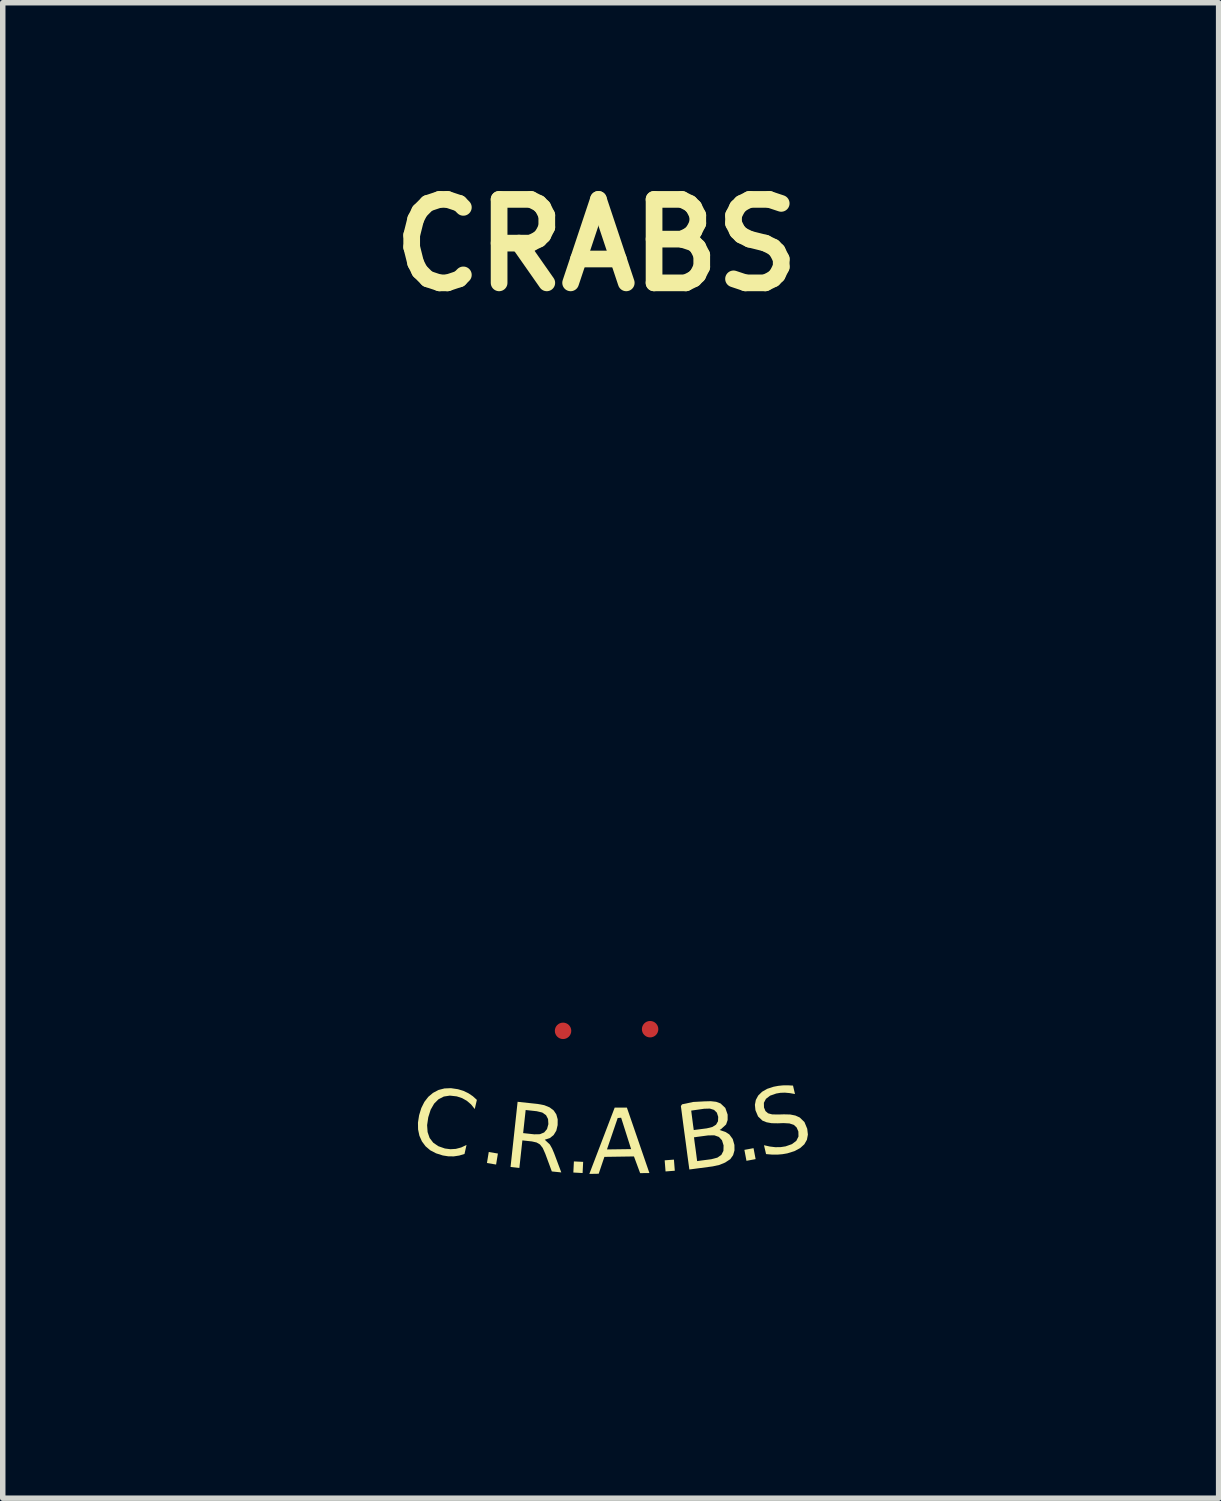
<source format=kicad_pcb>
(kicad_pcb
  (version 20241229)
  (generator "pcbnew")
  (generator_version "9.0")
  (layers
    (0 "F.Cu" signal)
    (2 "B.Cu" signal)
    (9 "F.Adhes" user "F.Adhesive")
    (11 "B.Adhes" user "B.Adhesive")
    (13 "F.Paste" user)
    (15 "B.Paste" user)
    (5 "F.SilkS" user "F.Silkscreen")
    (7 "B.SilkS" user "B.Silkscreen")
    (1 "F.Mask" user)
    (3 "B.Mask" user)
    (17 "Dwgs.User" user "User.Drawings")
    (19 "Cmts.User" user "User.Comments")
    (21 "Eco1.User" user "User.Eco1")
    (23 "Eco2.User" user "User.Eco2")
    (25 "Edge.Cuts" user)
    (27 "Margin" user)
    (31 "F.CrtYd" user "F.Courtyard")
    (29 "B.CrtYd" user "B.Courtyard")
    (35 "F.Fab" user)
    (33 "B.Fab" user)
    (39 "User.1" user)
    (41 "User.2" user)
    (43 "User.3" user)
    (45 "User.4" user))
  (footprint "CRABS"
    (layer "F.Cu")
    (at 7.844 17.658)
    (property "Reference" "CRABS" (at 0 -16.231 0) (layer "F.SilkS") (effects (font (size 1.524 1.524) (thickness 0.305))))
    (attr smd)
    (fp_poly (pts (xy -0.344 -1.883) (xy 3.64 1.384) (xy 3.526 1.363) (xy 3.443 1.349) (xy 3.345 1.383) (xy 3.285 1.451) (xy 3.209 1.534) (xy 3.129 1.62) (xy 3.055 1.697) (xy 3.081 1.779) (xy 3.224 1.804) (xy 3.365 1.826) (xy 3.504 1.846) (xy 3.642 1.864) (xy 3.779 1.88) (xy 3.914 1.894) (xy 4.049 1.907) (xy 4.183 1.918) (xy 4.317 1.928) (xy 4.45 1.936) (xy 4.584 1.944) (xy 4.698 1.945) (xy 4.813 1.945) (xy 4.922 1.958) (xy 5.02 1.994) (xy 5.099 2.067) (xy 5.171 2.169) (xy 5.242 2.274) (xy 5.305 2.385) (xy 5.351 2.502) (xy 5.375 2.627) (xy 5.368 2.762) (xy 5.35 2.877) (xy 5.33 2.995) (xy 5.297 3.104) (xy 5.244 3.192) (xy 5.166 3.274) (xy 5.083 3.351) (xy 4.994 3.422) (xy 4.897 3.485) (xy 4.791 3.538) (xy 4.673 3.58) (xy 4.536 3.613) (xy 4.401 3.634) (xy 4.267 3.644) (xy 4.133 3.645) (xy 4 3.638) (xy 3.873 3.629) (xy 3.746 3.618) (xy 3.619 3.607) (xy 3.492 3.593) (xy 3.365 3.578) (xy 3.239 3.559) (xy 3.114 3.538) (xy 2.989 3.513) (xy 2.865 3.484) (xy 2.768 3.416) (xy 2.72 3.307) (xy 2.704 3.207) (xy 2.702 3.162) (xy 2.741 3.165) (xy 2.843 3.17) (xy 2.991 3.178) (xy 3.163 3.185) (xy 3.342 3.19) (xy 3.507 3.192) (xy 3.639 3.188) (xy 3.774 3.178) (xy 3.909 3.167) (xy 4.043 3.153) (xy 4.177 3.135) (xy 4.31 3.113) (xy 4.398 3.048) (xy 4.452 2.941) (xy 4.459 2.837) (xy 4.439 2.75) (xy 4.39 2.678) (xy 4.311 2.623) (xy 4.2 2.583) (xy 4.057 2.559) (xy 3.924 2.544) (xy 3.79 2.529) (xy 3.657 2.513) (xy 3.524 2.497) (xy 3.391 2.48) (xy 3.259 2.462) (xy 3.126 2.443) (xy 2.994 2.422) (xy 2.861 2.401) (xy 2.729 2.379) (xy 2.597 2.355) (xy 2.465 2.33) (xy 2.334 2.303) (xy 2.215 2.31) (xy 2.097 2.354) (xy 1.97 2.411) (xy 1.84 2.46) (xy 1.708 2.504) (xy 1.575 2.542) (xy 1.441 2.574) (xy 1.306 2.603) (xy 1.17 2.627) (xy 1.035 2.649) (xy 0.9 2.668) (xy 0.765 2.684) (xy 0.631 2.698) (xy 0.497 2.708) (xy 0.363 2.713) (xy 0.229 2.715) (xy 0.095 2.712) (xy -0.038 2.706) (xy -0.171 2.695) (xy -0.303 2.681) (xy -0.436 2.663) (xy -0.567 2.642) (xy -0.699 2.617) (xy -0.829 2.588) (xy -0.96 2.555) (xy -1.09 2.52) (xy -1.219 2.48) (xy -1.348 2.438) (xy -1.476 2.392) (xy -1.604 2.343) (xy -1.736 2.303) (xy -1.876 2.284) (xy -2.013 2.289) (xy -2.143 2.307) (xy -2.272 2.325) (xy -2.401 2.344) (xy -2.531 2.363) (xy -2.66 2.383) (xy -2.789 2.404) (xy -2.918 2.424) (xy -3.047 2.446) (xy -3.176 2.467) (xy -3.305 2.489) (xy -3.434 2.511) (xy -3.562 2.532) (xy -3.689 2.557) (xy -3.812 2.594) (xy -3.916 2.654) (xy -3.997 2.746) (xy -4.056 2.861) (xy -4.078 2.977) (xy -4.036 3.048) (xy -3.94 3.117) (xy -3.834 3.166) (xy -3.711 3.195) (xy -3.583 3.207) (xy -3.454 3.211) (xy -3.334 3.213) (xy -3.185 3.215) (xy -3.018 3.217) (xy -2.847 3.219) (xy -2.684 3.221) (xy -2.542 3.222) (xy -2.433 3.223) (xy -2.371 3.224) (xy -2.359 3.233) (xy -2.352 3.322) (xy -2.437 3.401) (xy -2.549 3.422) (xy -2.674 3.446) (xy -2.809 3.472) (xy -2.952 3.499) (xy -3.098 3.527) (xy -3.243 3.554) (xy -3.386 3.58) (xy -3.522 3.604) (xy -3.648 3.624) (xy -3.76 3.641) (xy -3.894 3.652) (xy -4.023 3.646) (xy -4.146 3.624) (xy -4.264 3.587) (xy -4.376 3.535) (xy -4.482 3.468) (xy -4.582 3.388) (xy -4.676 3.294) (xy -4.75 3.202) (xy -4.809 3.106) (xy -4.852 3.006) (xy -4.877 2.901) (xy -4.882 2.791) (xy -4.865 2.675) (xy -4.826 2.553) (xy -4.767 2.426) (xy -4.703 2.316) (xy -4.63 2.222) (xy -4.548 2.146) (xy -4.455 2.088) (xy -4.35 2.048) (xy -4.231 2.026) (xy -4.097 2.023) (xy -3.965 2.026) (xy -3.835 2.023) (xy -3.706 2.015) (xy -3.577 2.002) (xy -3.448 1.985) (xy -3.318 1.964) (xy -3.188 1.94) (xy -3.057 1.913) (xy -2.925 1.884) (xy -2.791 1.853) (xy -2.654 1.821) (xy -2.516 1.789) (xy -2.6 1.706) (xy -2.672 1.621) (xy -2.74 1.542) (xy -2.812 1.476) (xy -2.898 1.431) (xy -3.004 1.413) (xy -3.053 1.415) (xy -3.129 1.422) (xy -3.228 1.432) (xy -3.348 1.446) (xy -3.484 1.462) (xy -3.633 1.48) (xy -3.792 1.498) (xy -3.957 1.516) (xy -4.124 1.534) (xy -4.291 1.55) (xy -4.453 1.564) (xy -4.608 1.575) (xy -4.751 1.583) (xy -4.879 1.586) (xy -4.989 1.584) (xy -5.122 1.587) (xy -5.248 1.612) (xy -5.36 1.664) (xy -5.449 1.745) (xy -5.508 1.84) (xy -5.546 1.944) (xy -5.568 2.056) (xy -5.576 2.171) (xy -5.572 2.288) (xy -5.561 2.42) (xy -5.55 2.552) (xy -5.538 2.687) (xy -5.525 2.827) (xy -5.512 2.971) (xy -5.642 2.917) (xy -5.752 2.846) (xy -5.844 2.763) (xy -5.922 2.671) (xy -5.99 2.571) (xy -6.052 2.468) (xy -6.109 2.364) (xy -6.174 2.235) (xy -6.223 2.109) (xy -6.256 1.988) (xy -6.273 1.873) (xy -6.274 1.762) (xy -6.26 1.658) (xy -6.23 1.56) (xy -6.184 1.469) (xy -6.124 1.385) (xy -6.048 1.309) (xy -5.957 1.242) (xy -5.85 1.182) (xy -5.729 1.132) (xy -5.593 1.092) (xy -5.458 1.064) (xy -5.321 1.044) (xy -5.182 1.03) (xy -5.042 1.019) (xy -4.903 1.01) (xy -4.763 0.999) (xy -4.624 0.983) (xy -4.488 0.965) (xy -4.351 0.945) (xy -4.215 0.924) (xy -4.079 0.902) (xy -3.943 0.88) (xy -3.807 0.858) (xy -3.671 0.836) (xy -3.535 0.815) (xy -3.449 0.773) (xy -3.425 0.702) (xy -3.436 0.621) (xy -3.493 0.51) (xy -3.59 0.455) (xy -3.725 0.441) (xy -3.866 0.444) (xy -4.006 0.446) (xy -4.147 0.447) (xy -4.287 0.448) (xy -4.428 0.448) (xy -4.569 0.449) (xy -4.709 0.449) (xy -4.85 0.448) (xy -4.99 0.448) (xy -5.131 0.447) (xy -5.271 0.446) (xy -5.412 0.445) (xy -5.553 0.444) (xy -5.693 0.442) (xy -5.824 0.448) (xy -5.946 0.466) (xy -6.06 0.499) (xy -6.166 0.546) (xy -6.264 0.608) (xy -6.352 0.686) (xy -6.431 0.78) (xy -6.502 0.891) (xy -6.561 1.005) (xy -6.615 1.12) (xy -6.662 1.237) (xy -6.701 1.357) (xy -6.733 1.478) (xy -6.755 1.603) (xy -6.767 1.73) (xy -6.767 1.861) (xy -6.773 1.939) (xy -6.793 2.036) (xy -6.819 2.168) (xy -6.906 2.051) (xy -6.971 1.947) (xy -7.012 1.848) (xy -7.025 1.744) (xy -7.026 1.624) (xy -7.028 1.504) (xy -7.028 1.384) (xy -7.022 1.265) (xy -7.008 1.147) (xy -6.989 1.02) (xy -6.969 0.892) (xy -6.944 0.765) (xy -6.913 0.641) (xy -6.87 0.524) (xy -6.813 0.417) (xy -6.743 0.317) (xy -6.665 0.222) (xy -6.579 0.135) (xy -6.487 0.053) (xy -6.389 -0.021) (xy -6.286 -0.09) (xy -6.179 -0.151) (xy -6.067 -0.206) (xy -5.952 -0.254) (xy -5.832 -0.291) (xy -5.708 -0.31) (xy -5.582 -0.313) (xy -5.455 -0.3) (xy -5.328 -0.273) (xy -5.202 -0.233) (xy -5.094 -0.212) (xy -4.979 -0.21) (xy -4.863 -0.212) (xy -4.727 -0.208) (xy -4.591 -0.205) (xy -4.454 -0.201) (xy -4.317 -0.198) (xy -4.179 -0.195) (xy -4.04 -0.192) (xy -3.899 -0.188) (xy -3.757 -0.185) (xy -3.613 -0.181) (xy -3.603 -0.28) (xy -3.604 -0.379) (xy -3.687 -0.464) (xy -3.808 -0.522) (xy -3.929 -0.581) (xy -4.051 -0.639) (xy -4.172 -0.697) (xy -4.293 -0.756) (xy -4.414 -0.814) (xy -4.536 -0.872) (xy -4.657 -0.931) (xy -4.777 -0.99) (xy -4.898 -1.05) (xy -5.018 -1.11) (xy -5.138 -1.17) (xy -5.254 -1.212) (xy -5.363 -1.22) (xy -5.471 -1.199) (xy -5.58 -1.157) (xy -5.692 -1.111) (xy -5.827 -1.063) (xy -5.974 -1.017) (xy -6.122 -0.974) (xy -6.26 -0.94) (xy -6.376 -0.917) (xy -6.517 -0.887) (xy -6.64 -0.845) (xy -6.746 -0.792) (xy -6.837 -0.729) (xy -6.915 -0.656) (xy -6.982 -0.574) (xy -7.04 -0.484) (xy -7.091 -0.386) (xy -7.137 -0.281) (xy -7.179 -0.17) (xy -7.22 -0.052) (xy -7.261 0.07) (xy -7.304 0.197) (xy -7.343 0.307) (xy -7.383 0.416) (xy -7.425 0.525) (xy -7.471 0.632) (xy -7.521 0.695) (xy -7.59 0.728) (xy -7.623 0.701) (xy -7.68 0.625) (xy -7.744 0.513) (xy -7.802 0.379) (xy -7.839 0.237) (xy -7.839 0.1) (xy -7.787 -0.018) (xy -7.759 -0.064) (xy -7.709 -0.153) (xy -7.643 -0.273) (xy -7.562 -0.413) (xy -7.472 -0.561) (xy -7.376 -0.706) (xy -7.277 -0.836) (xy -7.181 -0.941) (xy -7.069 -1.042) (xy -6.97 -1.124) (xy -6.88 -1.192) (xy -6.794 -1.249) (xy -6.709 -1.297) (xy -6.621 -1.34) (xy -6.524 -1.381) (xy -6.416 -1.424) (xy -6.292 -1.471) (xy -6.149 -1.527) (xy -5.981 -1.593) (xy -5.785 -1.673) (xy -5.667 -1.716) (xy -5.549 -1.747) (xy -5.431 -1.765) (xy -5.312 -1.771) (xy -5.193 -1.766) (xy -5.074 -1.748) (xy -4.954 -1.717) (xy -4.835 -1.675) (xy -4.707 -1.624) (xy -4.579 -1.573) (xy -4.451 -1.522) (xy -4.323 -1.471) (xy -4.195 -1.42) (xy -4.067 -1.369) (xy -3.939 -1.318) (xy -3.811 -1.267) (xy -3.683 -1.215) (xy -3.555 -1.163) (xy -3.428 -1.11) (xy -3.303 -1.07) (xy -3.18 -1.055) (xy -3.058 -1.068) (xy -2.934 -1.107) (xy -2.826 -1.153) (xy -2.716 -1.199) (xy -2.602 -1.245) (xy -2.481 -1.294) (xy -2.353 -1.346) (xy -2.365 -1.421) (xy -2.509 -1.432) (xy -2.649 -1.444) (xy -2.786 -1.455) (xy -2.921 -1.465) (xy -3.053 -1.475) (xy -3.184 -1.483) (xy -3.313 -1.49) (xy -3.443 -1.496) (xy -3.578 -1.505) (xy -3.71 -1.523) (xy -3.839 -1.549) (xy -3.965 -1.585) (xy -4.088 -1.629) (xy -4.209 -1.682) (xy -4.328 -1.745) (xy -4.437 -1.817) (xy -4.533 -1.9) (xy -4.617 -1.993) (xy -4.686 -2.094) (xy -4.741 -2.202) (xy -4.781 -2.316) (xy -4.805 -2.433) (xy -4.814 -2.552) (xy -4.806 -2.673) (xy -4.781 -2.792) (xy -4.739 -2.91) (xy -4.678 -3.024) (xy -4.601 -3.136) (xy -4.517 -3.238) (xy -4.427 -3.331) (xy -4.33 -3.416) (xy -4.228 -3.494) (xy -4.122 -3.566) (xy -4.011 -3.631) (xy -3.896 -3.692) (xy -3.779 -3.747) (xy -3.659 -3.799) (xy -3.537 -3.848) (xy -3.414 -3.894) (xy -3.282 -3.94) (xy -3.147 -3.982) (xy -3.01 -4.02) (xy -2.87 -4.054) (xy -2.729 -4.084) (xy -2.587 -4.11) (xy -2.444 -4.131) (xy -2.301 -4.147) (xy -2.158 -4.16) (xy -2.016 -4.167) (xy -1.876 -4.171) (xy -1.737 -4.169) (xy -1.601 -4.163) (xy -1.467 -4.152) (xy -1.337 -4.136) (xy -1.211 -4.116) (xy -1.088 -4.09) (xy -0.971 -4.059) (xy -0.859 -4.023) (xy -0.752 -3.982) (xy -0.642 -3.937) (xy -0.534 -3.892) (xy -0.43 -3.84) (xy -0.332 -3.774) (xy -0.242 -3.687) (xy -0.201 -3.595) (xy -0.201 -3.483) (xy -0.409 -3.501) (xy -0.606 -3.513) (xy -0.793 -3.519) (xy -0.969 -3.519) (xy -1.136 -3.515) (xy -1.292 -3.507) (xy -1.439 -3.495) (xy -1.577 -3.48) (xy -1.705 -3.462) (xy -1.823 -3.441) (xy -1.933 -3.419) (xy -2.033 -3.395) (xy -2.125 -3.37) (xy -2.208 -3.345) (xy -2.283 -3.32) (xy -2.349 -3.295) (xy -2.403 -3.239) (xy -2.397 -3.165) (xy -2.335 -3.118) (xy -2.213 -3.096) (xy -2.078 -3.079) (xy -1.935 -3.066) (xy -1.787 -3.056) (xy -1.639 -3.05) (xy -1.495 -3.047) (xy -1.359 -3.047) (xy -1.235 -3.049) (xy -1.128 -3.053) (xy -1.17 -2.962) (xy -1.218 -2.888) (xy -1.294 -2.821) (xy -1.415 -2.747) (xy -1.538 -2.694) (xy -1.668 -2.661) (xy -1.803 -2.641) (xy -1.939 -2.629) (xy -2.075 -2.618) (xy -2.205 -2.608) (xy -2.346 -2.601) (xy -2.498 -2.597) (xy -2.655 -2.595) (xy -2.816 -2.595) (xy -2.978 -2.597) (xy -3.137 -2.6) (xy -3.292 -2.604) (xy -3.44 -2.609) (xy -3.577 -2.615) (xy -3.7 -2.62) (xy -3.808 -2.626) (xy -3.897 -2.63) (xy -4.013 -2.594) (xy -4.075 -2.489) (xy -4.074 -2.396) (xy -4.023 -2.32) (xy -3.921 -2.25) (xy -3.814 -2.181) (xy -3.702 -2.116) (xy -3.587 -2.053) (xy -3.468 -1.995) (xy -3.347 -1.942) (xy -3.223 -1.893) (xy -3.097 -1.852) (xy -2.971 -1.817) (xy -2.844 -1.789) (xy -2.717 -1.77) (xy -2.59 -1.76) (xy -2.465 -1.759) (xy -2.318 -1.76) (xy -2.19 -1.75) (xy -2.076 -1.728) (xy -1.972 -1.695) (xy -1.873 -1.65) (xy -1.775 -1.592) (xy -1.672 -1.521) (xy -1.551 -1.445) (xy -1.442 -1.404) (xy -1.345 -1.395) (xy -1.264 -1.418) (xy -1.199 -1.473) (xy -1.153 -1.559) (xy -1.126 -1.675) (xy -1.121 -1.82) (xy -1.125 -1.89) (xy -1.125 -1.968) (xy -1.114 -2.049) (xy -1.083 -2.128) (xy -1.025 -2.199) (xy -0.932 -2.258) (xy -0.796 -2.299) (xy -0.609 -2.317) (xy -0.467 -2.31) (xy -0.335 -2.281) (xy -0.22 -2.233) (xy -0.129 -2.167) (xy -0.069 -2.085) (xy -0.047 -1.989) (xy -0.065 -1.887) (xy -0.102 -1.851) (xy -0.124 -1.819) (xy -0.133 -1.727) (xy -0.096 -1.684) (xy 0.012 -1.686) (xy 0.125 -1.685) (xy 0.238 -1.685) (xy 0.344 -1.69) (xy 0.417 -1.748) (xy 0.42 -1.756) (xy 0.407 -1.824) (xy 0.358 -1.883) (xy 0.321 -1.965) (xy 0.327 -2.062) (xy 0.376 -2.135) (xy 0.462 -2.223) (xy 0.552 -2.29) (xy 0.688 -2.359) (xy 0.801 -2.401) (xy 0.9 -2.418) (xy 0.998 -2.416) (xy 1.105 -2.398) (xy 1.233 -2.368) (xy 1.354 -2.317) (xy 1.455 -2.236) (xy 1.531 -2.138) (xy 1.578 -2.039) (xy 1.593 -1.952) (xy 1.544 -1.842) (xy 1.455 -1.774) (xy 1.415 -1.68) (xy 1.434 -1.606) (xy 1.513 -1.595) (xy 1.67 -1.572) (xy 1.789 -1.556) (xy 1.942 -1.543) (xy 2.111 -1.532) (xy 2.277 -1.527) (xy 2.422 -1.53) (xy 2.529 -1.544) (xy 2.579 -1.571) (xy 2.646 -1.67) (xy 2.736 -1.74) (xy 2.845 -1.79) (xy 2.968 -1.824) (xy 3.098 -1.849) (xy 3.23 -1.87) (xy 3.36 -1.895) (xy 3.481 -1.927) (xy 3.591 -1.967) (xy 3.701 -2.01) (xy 3.809 -2.057) (xy 3.915 -2.106) (xy 4.02 -2.159) (xy 4.083 -2.235) (xy 4.106 -2.329) (xy 4.053 -2.468) (xy 3.955 -2.551) (xy 3.862 -2.593) (xy 3.82 -2.604) (xy 3.788 -2.594) (xy 3.7 -2.571) (xy 3.569 -2.538) (xy 3.408 -2.504) (xy 3.228 -2.474) (xy 3.044 -2.454) (xy 2.866 -2.451) (xy 2.762 -2.455) (xy 2.649 -2.458) (xy 2.529 -2.463) (xy 2.401 -2.469) (xy 2.268 -2.478) (xy 2.131 -2.49) (xy 1.991 -2.508) (xy 1.849 -2.531) (xy 1.705 -2.561) (xy 1.563 -2.599) (xy 1.422 -2.646) (xy 1.283 -2.702) (xy 1.14 -2.797) (xy 1.087 -2.889) (xy 1.084 -2.958) (xy 1.091 -2.985) (xy 1.117 -2.984) (xy 1.187 -2.982) (xy 1.294 -2.98) (xy 1.431 -2.981) (xy 1.589 -2.985) (xy 1.76 -2.995) (xy 1.936 -3.012) (xy 2.109 -3.038) (xy 2.272 -3.074) (xy 2.343 -3.132) (xy 2.351 -3.219) (xy 2.291 -3.288) (xy 2.163 -3.344) (xy 2.032 -3.388) (xy 1.898 -3.422) (xy 1.762 -3.447) (xy 1.625 -3.465) (xy 1.486 -3.476) (xy 1.347 -3.482) (xy 1.207 -3.483) (xy 1.068 -3.48) (xy 0.93 -3.476) (xy 0.794 -3.47) (xy 0.659 -3.464) (xy 0.527 -3.459) (xy 0.398 -3.457) (xy 0.272 -3.457) (xy 0.283 -3.538) (xy 0.379 -3.632) (xy 0.48 -3.714) (xy 0.586 -3.786) (xy 0.697 -3.849) (xy 0.812 -3.904) (xy 0.932 -3.952) (xy 1.056 -3.996) (xy 1.185 -4.035) (xy 1.317 -4.072) (xy 1.46 -4.104) (xy 1.607 -4.128) (xy 1.756 -4.144) (xy 1.905 -4.153) (xy 2.052 -4.156) (xy 2.196 -4.154) (xy 2.336 -4.148) (xy 2.468 -4.139) (xy 2.593 -4.127) (xy 2.707 -4.116) (xy 2.81 -4.104) (xy 2.9 -4.093) (xy 3.059 -4.071) (xy 3.197 -4.045) (xy 3.319 -4.013) (xy 3.431 -3.976) (xy 3.537 -3.93) (xy 3.645 -3.875) (xy 3.759 -3.809) (xy 3.885 -3.731) (xy 4.028 -3.64) (xy 4.137 -3.568) (xy 4.241 -3.493) (xy 4.341 -3.414) (xy 4.436 -3.331) (xy 4.526 -3.244) (xy 4.611 -3.153) (xy 4.692 -3.058) (xy 4.767 -2.958) (xy 4.837 -2.853) (xy 4.901 -2.742) (xy 4.955 -2.623) (xy 4.989 -2.508) (xy 5.001 -2.398) (xy 4.994 -2.293) (xy 4.966 -2.195) (xy 4.919 -2.104) (xy 4.852 -2.022) (xy 4.767 -1.949) (xy 4.663 -1.887) (xy 4.541 -1.835) (xy 4.41 -1.793) (xy 4.277 -1.754) (xy 4.144 -1.719) (xy 4.009 -1.685) (xy 3.875 -1.651) (xy 3.74 -1.617) (xy 3.607 -1.581) (xy 3.488 -1.554) (xy 3.366 -1.526) (xy 3.246 -1.475) (xy 3.135 -1.383) (xy 3.243 -1.336) (xy 3.339 -1.295) (xy 3.422 -1.246) (xy 3.535 -1.18) (xy 3.647 -1.145) (xy 3.758 -1.138) (xy 3.87 -1.155) (xy 3.982 -1.191) (xy 4.094 -1.243) (xy 4.217 -1.307) (xy 4.341 -1.371) (xy 4.465 -1.435) (xy 4.588 -1.499) (xy 4.712 -1.563) (xy 4.836 -1.626) (xy 4.961 -1.689) (xy 5.072 -1.743) (xy 5.185 -1.793) (xy 5.3 -1.837) (xy 5.416 -1.874) (xy 5.534 -1.9) (xy 5.653 -1.915) (xy 5.774 -1.916) (xy 5.895 -1.9) (xy 6.03 -1.873) (xy 6.166 -1.845) (xy 6.301 -1.814) (xy 6.435 -1.783) (xy 6.57 -1.749) (xy 6.704 -1.714) (xy 6.838 -1.678) (xy 6.971 -1.64) (xy 7.104 -1.601) (xy 7.236 -1.56) (xy 7.368 -1.517) (xy 7.417 -1.48) (xy 7.496 -1.398) (xy 7.595 -1.283) (xy 7.706 -1.146) (xy 7.821 -1) (xy 7.929 -0.856) (xy 8.023 -0.727) (xy 8.094 -0.624) (xy 8.133 -0.559) (xy 8.192 -0.438) (xy 8.249 -0.314) (xy 8.3 -0.189) (xy 8.338 -0.063) (xy 8.359 0.064) (xy 8.348 0.19) (xy 8.306 0.319) (xy 8.245 0.446) (xy 8.178 0.567) (xy 8.119 0.606) (xy 8.026 0.626) (xy 7.929 0.646) (xy 7.895 0.449) (xy 7.851 0.269) (xy 7.797 0.104) (xy 7.736 -0.045) (xy 7.67 -0.181) (xy 7.6 -0.305) (xy 7.529 -0.416) (xy 7.457 -0.517) (xy 7.388 -0.608) (xy 7.322 -0.69) (xy 7.262 -0.764) (xy 7.209 -0.832) (xy 7.166 -0.893) (xy 7.116 -0.938) (xy 7.026 -0.986) (xy 6.907 -1.035) (xy 6.769 -1.083) (xy 6.621 -1.13) (xy 6.474 -1.175) (xy 6.336 -1.216) (xy 6.218 -1.252) (xy 6.13 -1.281) (xy 5.948 -1.334) (xy 5.794 -1.351) (xy 5.665 -1.339) (xy 5.557 -1.305) (xy 5.467 -1.256) (xy 5.391 -1.199) (xy 5.326 -1.143) (xy 5.267 -1.093) (xy 5.212 -1.057) (xy 5.112 -1.011) (xy 4.997 -0.959) (xy 4.87 -0.904) (xy 4.735 -0.846) (xy 4.596 -0.787) (xy 4.458 -0.728) (xy 4.323 -0.669) (xy 4.197 -0.613) (xy 4.082 -0.56) (xy 3.983 -0.511) (xy 3.954 -0.433) (xy 3.944 -0.312) (xy 3.982 -0.269) (xy 4.106 -0.275) (xy 4.223 -0.28) (xy 4.335 -0.285) (xy 4.445 -0.291) (xy 4.552 -0.298) (xy 4.688 -0.308) (xy 4.825 -0.318) (xy 4.961 -0.328) (xy 5.097 -0.339) (xy 5.233 -0.35) (xy 5.369 -0.362) (xy 5.505 -0.375) (xy 5.64 -0.389) (xy 5.775 -0.403) (xy 5.909 -0.419) (xy 6.066 -0.435) (xy 6.211 -0.443) (xy 6.346 -0.441) (xy 6.471 -0.429) (xy 6.589 -0.406) (xy 6.7 -0.371) (xy 6.806 -0.322) (xy 6.909 -0.26) (xy 7.01 -0.183) (xy 7.029 -0.165) (xy 7.081 -0.113) (xy 7.156 -0.032) (xy 7.244 0.072) (xy 7.337 0.197) (xy 7.424 0.336) (xy 7.496 0.485) (xy 7.544 0.64) (xy 7.558 0.795) (xy 7.553 0.926) (xy 7.549 1.058) (xy 7.545 1.189) (xy 7.543 1.32) (xy 7.54 1.451) (xy 7.538 1.582) (xy 7.536 1.712) (xy 7.533 1.843) (xy 7.531 1.973) (xy 7.498 1.968) (xy 7.469 1.946) (xy 7.444 1.911) (xy 7.42 1.862) (xy 7.398 1.801) (xy 7.377 1.73) (xy 7.356 1.651) (xy 7.334 1.564) (xy 7.31 1.471) (xy 7.284 1.374) (xy 7.254 1.274) (xy 7.221 1.173) (xy 7.183 1.072) (xy 7.139 0.972) (xy 7.09 0.876) (xy 7.033 0.784) (xy 6.968 0.698) (xy 6.894 0.619) (xy 6.811 0.549) (xy 6.718 0.489) (xy 6.614 0.442) (xy 6.498 0.407) (xy 6.369 0.387) (xy 6.228 0.384) (xy 6.072 0.398) (xy 5.935 0.415) (xy 5.798 0.427) (xy 5.662 0.435) (xy 5.526 0.439) (xy 5.391 0.441) (xy 5.255 0.442) (xy 5.12 0.441) (xy 4.985 0.44) (xy 4.849 0.439) (xy 4.713 0.44) (xy 4.61 0.437) (xy 4.484 0.425) (xy 4.349 0.408) (xy 4.215 0.389) (xy 4.096 0.37) (xy 4.003 0.354) (xy 3.916 0.406) (xy 3.839 0.63) (xy 3.847 0.698) (xy 3.905 0.733) (xy 3.988 0.74) (xy 4.091 0.749) (xy 4.211 0.758) (xy 4.344 0.768) (xy 4.488 0.779) (xy 4.639 0.79) (xy 4.794 0.801) (xy 4.949 0.811) (xy 5.102 0.82) (xy 5.25 0.827) (xy 5.388 0.833) (xy 5.515 0.837) (xy 5.626 0.839) (xy 5.75 0.841) (xy 5.873 0.849) (xy 5.994 0.863) (xy 6.112 0.885) (xy 6.227 0.918) (xy 6.337 0.962) (xy 6.442 1.019) (xy 6.529 1.085) (xy 6.602 1.167) (xy 6.664 1.261) (xy 6.713 1.367) (xy 6.749 1.481) (xy 6.773 1.602) (xy 6.784 1.727) (xy 6.783 1.854) (xy 6.769 1.981) (xy 6.742 2.105) (xy 6.703 2.225) (xy 6.651 2.337) (xy 6.587 2.441) (xy 6.51 2.533) (xy 6.52 2.524) (xy 6.45 2.611) (xy 6.38 2.699) (xy 6.311 2.788) (xy 6.232 2.875) (xy 6.144 2.93) (xy 6.049 2.954) (xy 5.946 2.947) (xy 5.833 2.91) (xy 5.843 2.83) (xy 5.858 2.767) (xy 5.911 2.64) (xy 5.946 2.513) (xy 5.964 2.385) (xy 5.966 2.257) (xy 5.951 2.129) (xy 5.921 2.001) (xy 5.874 1.873) (xy 5.845 1.818) (xy 5.799 1.759) (xy 5.735 1.699) (xy 5.65 1.643) (xy 5.543 1.594) (xy 5.411 1.556) (xy 5.252 1.533) (xy 5.065 1.529) (xy 4.937 1.531) (xy 4.808 1.529) (xy 4.679 1.524) (xy 4.549 1.515) (xy 4.419 1.503) (xy 4.29 1.489) (xy 4.161 1.472) (xy 4.033 1.453) (xy 3.905 1.432) (xy 3.78 1.409) (xy 3.64 1.384) (xy -0.344 -1.883) (xy -0.381 -1.991) (xy -0.476 -2.068) (xy -0.609 -2.097) (xy -0.739 -2.063) (xy -0.836 -1.982) (xy -0.874 -1.875) (xy -0.837 -1.769) (xy -0.74 -1.696) (xy -0.602 -1.67) (xy 0.93 -1.687) (xy 1.062 -1.697) (xy 1.166 -1.765) (xy 1.214 -1.862) (xy 1.207 -1.992) (xy 1.163 -2.069) (xy 1.082 -2.118) (xy 0.982 -2.134) (xy 0.878 -2.112) (xy 0.798 -2.073) (xy 0.744 -2.019) (xy 0.722 -1.912) (xy 0.738 -1.804) (xy 0.807 -1.734) (xy 0.93 -1.687) (xy -0.602 -1.67) (xy -0.463 -1.696) (xy -0.375 -1.77) (xy -0.344 -1.883)) (stroke (width 0.01) (type solid)) (fill yes) (layer "F.Mask"))
    (fp_poly (pts (xy -1.967 0.333) (xy -1.8 0.361) (xy -1.833 0.562) (xy -2 0.534) (xy -1.967 0.333)) (stroke (width 0) (type solid)) (fill yes) (layer "F.SilkS"))
    (fp_poly (pts (xy -0.412 0.505) (xy -0.243 0.513) (xy -0.253 0.717) (xy -0.422 0.708) (xy -0.412 0.505)) (stroke (width 0) (type solid)) (fill yes) (layer "F.SilkS"))
    (fp_poly (pts (xy 1.246 0.485) (xy 1.415 0.472) (xy 1.431 0.675) (xy 1.262 0.688) (xy 1.246 0.485)) (stroke (width 0) (type solid)) (fill yes) (layer "F.SilkS"))
    (fp_poly (pts (xy 2.702 0.294) (xy 2.869 0.263) (xy 2.907 0.463) (xy 2.74 0.494) (xy 2.702 0.294)) (stroke (width 0) (type solid)) (fill yes) (layer "F.SilkS"))
    (fp_poly (pts (xy 0.388 -0.288) (xy 0.333 -0.478) (xy 0.556 -0.478) (xy 0.967 0.717) (xy 0.798 0.719) (xy 0.685 0.414) (xy 0.145 0.422) (xy 0.041 0.73) (xy -0.13 0.733) (xy 0.333 -0.478) (xy 0.388 -0.288) (xy 0.192 0.286) (xy 0.633 0.28) (xy 0.451 -0.293) (xy 0.388 -0.288)) (stroke (width 0) (type solid)) (fill yes) (layer "F.SilkS"))
    (fp_poly (pts (xy -0.944 0.109) (xy -1.339 -0.012) (xy -1.137 0.01) (xy -1.033 0.008) (xy -0.955 -0.024) (xy -0.903 -0.086) (xy -0.878 -0.176) (xy -0.884 -0.269) (xy -0.921 -0.34) (xy -0.99 -0.388) (xy -1.091 -0.412) (xy -1.293 -0.434) (xy -1.339 -0.012) (xy -0.944 0.109) (xy -0.852 0.195) (xy -0.81 0.269) (xy -0.77 0.364) (xy -0.642 0.706) (xy -0.815 0.688) (xy -0.934 0.366) (xy -0.981 0.26) (xy -1.032 0.195) (xy -1.094 0.159) (xy -1.178 0.14) (xy -1.353 0.121) (xy -1.408 0.624) (xy -1.569 0.606) (xy -1.44 -0.584) (xy -1.076 -0.545) (xy -0.953 -0.522) (xy -0.855 -0.482) (xy -0.781 -0.426) (xy -0.733 -0.354) (xy -0.708 -0.264) (xy -0.709 -0.158) (xy -0.733 -0.057) (xy -0.782 0.023) (xy -0.852 0.079) (xy -0.944 0.109)) (stroke (width 0) (type solid)) (fill yes) (layer "F.SilkS"))
    (fp_poly (pts (xy -2.184 -0.619) (xy -2.223 -0.452) (xy -2.29 -0.536) (xy -2.367 -0.602) (xy -2.454 -0.651) (xy -2.551 -0.683) (xy -2.677 -0.697) (xy -2.788 -0.68) (xy -2.885 -0.63) (xy -2.965 -0.55) (xy -3.028 -0.44) (xy -3.072 -0.301) (xy -3.093 -0.157) (xy -3.084 -0.031) (xy -3.047 0.077) (xy -2.981 0.163) (xy -2.888 0.227) (xy -2.768 0.269) (xy -2.667 0.282) (xy -2.568 0.276) (xy -2.47 0.25) (xy -2.373 0.204) (xy -2.41 0.369) (xy -2.507 0.398) (xy -2.606 0.413) (xy -2.705 0.412) (xy -2.807 0.396) (xy -2.93 0.357) (xy -3.035 0.302) (xy -3.121 0.229) (xy -3.188 0.139) (xy -3.234 0.035) (xy -3.258 -0.079) (xy -3.26 -0.204) (xy -3.239 -0.339) (xy -3.199 -0.47) (xy -3.143 -0.582) (xy -3.072 -0.674) (xy -2.985 -0.747) (xy -2.885 -0.8) (xy -2.776 -0.828) (xy -2.658 -0.833) (xy -2.53 -0.814) (xy -2.43 -0.784) (xy -2.34 -0.741) (xy -2.258 -0.686) (xy -2.184 -0.619)) (stroke (width 0) (type solid)) (fill yes) (layer "F.SilkS"))
    (fp_poly (pts (xy 3.59 -0.88) (xy 3.626 -0.726) (xy 3.53 -0.743) (xy 3.442 -0.751) (xy 3.36 -0.748) (xy 3.283 -0.735) (xy 3.172 -0.696) (xy 3.096 -0.638) (xy 3.058 -0.566) (xy 3.06 -0.48) (xy 3.087 -0.415) (xy 3.134 -0.374) (xy 3.209 -0.354) (xy 3.325 -0.352) (xy 3.425 -0.355) (xy 3.539 -0.352) (xy 3.634 -0.333) (xy 3.712 -0.298) (xy 3.799 -0.214) (xy 3.85 -0.091) (xy 3.862 0.015) (xy 3.844 0.11) (xy 3.797 0.192) (xy 3.721 0.261) (xy 3.617 0.317) (xy 3.485 0.358) (xy 3.398 0.373) (xy 3.304 0.381) (xy 3.204 0.38) (xy 3.098 0.371) (xy 3.06 0.209) (xy 3.166 0.233) (xy 3.267 0.245) (xy 3.363 0.244) (xy 3.455 0.23) (xy 3.571 0.189) (xy 3.651 0.128) (xy 3.69 0.05) (xy 3.688 -0.041) (xy 3.657 -0.114) (xy 3.604 -0.163) (xy 3.524 -0.189) (xy 3.414 -0.195) (xy 3.314 -0.191) (xy 3.2 -0.193) (xy 3.107 -0.21) (xy 3.032 -0.24) (xy 2.952 -0.316) (xy 2.904 -0.43) (xy 2.894 -0.529) (xy 2.911 -0.618) (xy 2.955 -0.699) (xy 3.026 -0.768) (xy 3.119 -0.821) (xy 3.235 -0.859) (xy 3.319 -0.875) (xy 3.405 -0.884) (xy 3.496 -0.885) (xy 3.59 -0.88)) (stroke (width 0) (type solid)) (fill yes) (layer "F.SilkS"))
    (fp_poly (pts (xy 1.781 0.064) (xy 1.731 -0.423) (xy 1.733 -0.405) (xy 1.741 -0.341) (xy 1.754 -0.241) (xy 1.763 -0.171) (xy 1.775 -0.085) (xy 1.777 -0.068) (xy 1.792 -0.07) (xy 1.869 -0.08) (xy 2.015 -0.099) (xy 2.116 -0.124) (xy 2.184 -0.166) (xy 2.22 -0.228) (xy 2.224 -0.309) (xy 2.199 -0.386) (xy 2.148 -0.436) (xy 2.071 -0.46) (xy 1.967 -0.457) (xy 1.87 -0.443) (xy 1.743 -0.425) (xy 1.731 -0.423) (xy 1.781 0.064) (xy 1.564 -0.538) (xy 1.584 -0.542) (xy 1.642 -0.554) (xy 1.766 -0.581) (xy 1.974 -0.592) (xy 2.089 -0.595) (xy 2.186 -0.584) (xy 2.267 -0.554) (xy 2.354 -0.471) (xy 2.396 -0.35) (xy 2.396 -0.251) (xy 2.368 -0.17) (xy 2.277 -0.086) (xy 2.25 -0.07) (xy 2.277 -0.06) (xy 2.358 -0.032) (xy 2.427 0.012) (xy 2.489 0.096) (xy 2.52 0.204) (xy 2.521 0.304) (xy 2.496 0.391) (xy 2.444 0.464) (xy 2.35 0.526) (xy 2.245 0.569) (xy 2.122 0.596) (xy 1.722 0.649) (xy 1.696 0.652) (xy 1.694 0.631) (xy 1.663 0.405) (xy 1.63 0.154) (xy 1.598 -0.081) (xy 1.57 -0.293) (xy 1.554 -0.417) (xy 1.542 -0.507) (xy 1.564 -0.538) (xy 1.781 0.064) (xy 1.784 0.082) (xy 1.788 0.116) (xy 1.79 0.131) (xy 1.794 0.163) (xy 1.811 0.285) (xy 1.824 0.384) (xy 1.837 0.485) (xy 1.839 0.499) (xy 1.927 0.487) (xy 2.097 0.465) (xy 2.208 0.436) (xy 2.281 0.386) (xy 2.319 0.312) (xy 2.322 0.213) (xy 2.293 0.119) (xy 2.237 0.058) (xy 2.153 0.028) (xy 2.039 0.03) (xy 1.843 0.056) (xy 1.795 0.063) (xy 1.781 0.064)) (stroke (width 0) (type solid)) (fill yes) (layer "F.SilkS"))
    (pad "" smd circle (at -0.61 -1.88) (size 0.3 0.3) (layers "F.Cu" "F.Mask"))
    (pad "" smd circle (at 0.98 -1.91) (size 0.3 0.3) (layers "F.Cu" "F.Mask")))
  (gr_rect
    (start -3 -3)
    (end 19.208 24.314)
    (stroke (width 0.1) (type default))
    (fill no)
    (layer "Edge.Cuts")))
</source>
